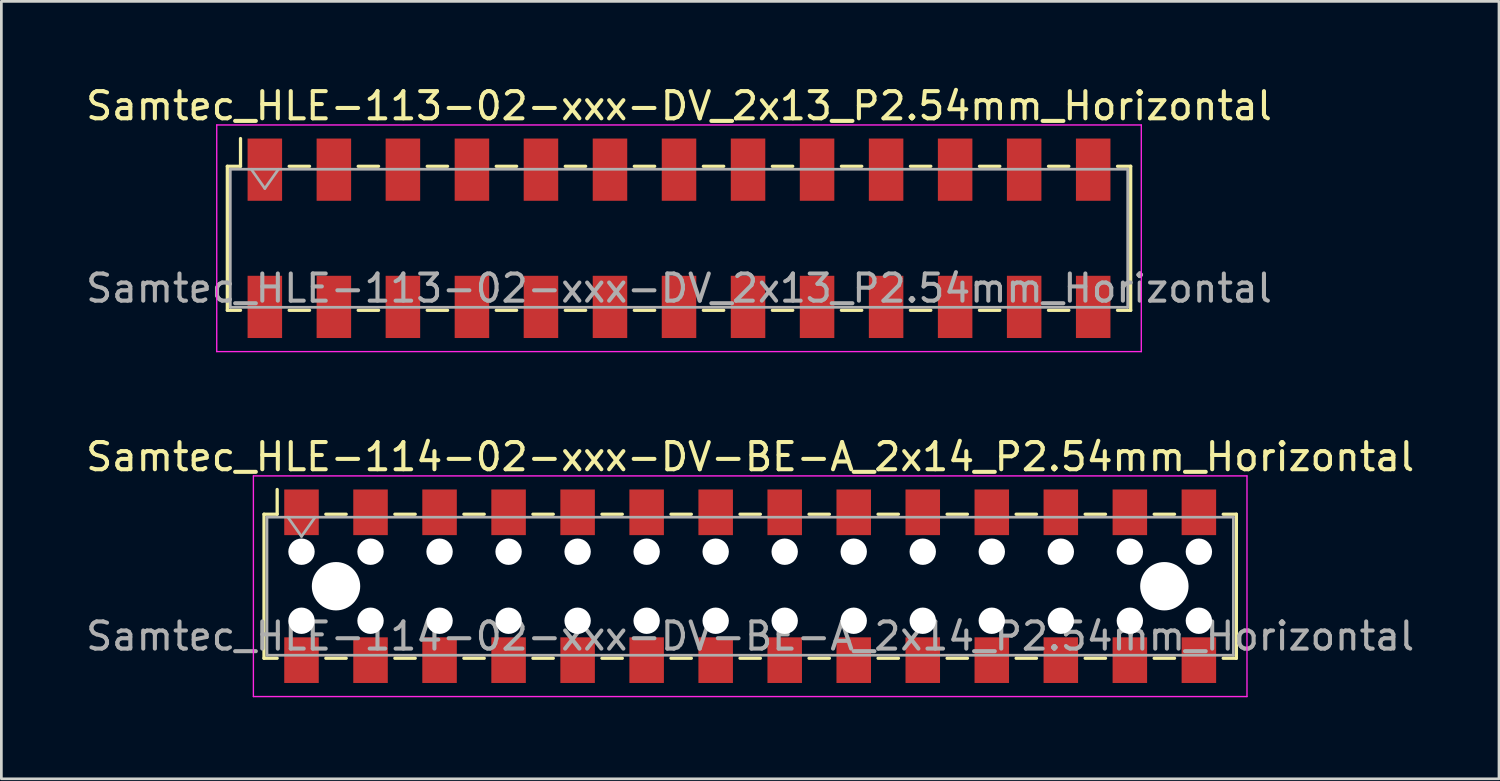
<source format=kicad_pcb>
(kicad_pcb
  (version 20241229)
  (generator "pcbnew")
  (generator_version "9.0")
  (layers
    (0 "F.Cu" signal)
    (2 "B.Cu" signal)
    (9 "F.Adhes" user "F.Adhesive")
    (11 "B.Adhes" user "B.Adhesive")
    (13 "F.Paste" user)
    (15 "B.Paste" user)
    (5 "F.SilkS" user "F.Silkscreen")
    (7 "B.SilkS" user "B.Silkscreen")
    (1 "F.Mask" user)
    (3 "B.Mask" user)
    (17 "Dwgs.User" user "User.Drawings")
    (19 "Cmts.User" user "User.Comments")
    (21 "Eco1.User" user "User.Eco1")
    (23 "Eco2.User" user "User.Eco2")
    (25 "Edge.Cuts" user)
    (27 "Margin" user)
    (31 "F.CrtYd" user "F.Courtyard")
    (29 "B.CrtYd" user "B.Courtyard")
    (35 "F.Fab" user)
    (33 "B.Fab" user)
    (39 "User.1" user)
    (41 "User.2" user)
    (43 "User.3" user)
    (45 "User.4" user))
  (footprint "Samtec_HLE-114-02-xxx-DV-BE-A_2x14_P2.54mm_Horizontal"
    (layer "F.Cu")
    (at 24.554 18.521)
    (property "Reference" "Samtec_HLE-114-02-xxx-DV-BE-A_2x14_P2.54mm_Horizontal" (at 0 -4.76 0) (layer "F.SilkS") (effects (font (size 1 1) (thickness 0.15))))
    (attr smd)
    (fp_line (start -17.89 -2.65) (end -17.89 2.65) (stroke (width 0.12) (type solid)) (layer "F.SilkS"))
    (fp_line (start -17.89 2.65) (end -17.405 2.65) (stroke (width 0.12) (type solid)) (layer "F.SilkS"))
    (fp_line (start -17.405 -3.56) (end -17.405 -2.65) (stroke (width 0.12) (type solid)) (layer "F.SilkS"))
    (fp_line (start -17.405 -2.65) (end -17.89 -2.65) (stroke (width 0.12) (type solid)) (layer "F.SilkS"))
    (fp_line (start -15.615 -2.65) (end -14.865 -2.65) (stroke (width 0.12) (type solid)) (layer "F.SilkS"))
    (fp_line (start -15.615 2.65) (end -14.865 2.65) (stroke (width 0.12) (type solid)) (layer "F.SilkS"))
    (fp_line (start -13.075 -2.65) (end -12.325 -2.65) (stroke (width 0.12) (type solid)) (layer "F.SilkS"))
    (fp_line (start -13.075 2.65) (end -12.325 2.65) (stroke (width 0.12) (type solid)) (layer "F.SilkS"))
    (fp_line (start -10.535 -2.65) (end -9.785 -2.65) (stroke (width 0.12) (type solid)) (layer "F.SilkS"))
    (fp_line (start -10.535 2.65) (end -9.785 2.65) (stroke (width 0.12) (type solid)) (layer "F.SilkS"))
    (fp_line (start -7.995 -2.65) (end -7.245 -2.65) (stroke (width 0.12) (type solid)) (layer "F.SilkS"))
    (fp_line (start -7.995 2.65) (end -7.245 2.65) (stroke (width 0.12) (type solid)) (layer "F.SilkS"))
    (fp_line (start -5.455 -2.65) (end -4.705 -2.65) (stroke (width 0.12) (type solid)) (layer "F.SilkS"))
    (fp_line (start -5.455 2.65) (end -4.705 2.65) (stroke (width 0.12) (type solid)) (layer "F.SilkS"))
    (fp_line (start -2.915 -2.65) (end -2.165 -2.65) (stroke (width 0.12) (type solid)) (layer "F.SilkS"))
    (fp_line (start -2.915 2.65) (end -2.165 2.65) (stroke (width 0.12) (type solid)) (layer "F.SilkS"))
    (fp_line (start -0.375 -2.65) (end 0.375 -2.65) (stroke (width 0.12) (type solid)) (layer "F.SilkS"))
    (fp_line (start -0.375 2.65) (end 0.375 2.65) (stroke (width 0.12) (type solid)) (layer "F.SilkS"))
    (fp_line (start 2.165 -2.65) (end 2.915 -2.65) (stroke (width 0.12) (type solid)) (layer "F.SilkS"))
    (fp_line (start 2.165 2.65) (end 2.915 2.65) (stroke (width 0.12) (type solid)) (layer "F.SilkS"))
    (fp_line (start 4.705 -2.65) (end 5.455 -2.65) (stroke (width 0.12) (type solid)) (layer "F.SilkS"))
    (fp_line (start 4.705 2.65) (end 5.455 2.65) (stroke (width 0.12) (type solid)) (layer "F.SilkS"))
    (fp_line (start 7.245 -2.65) (end 7.995 -2.65) (stroke (width 0.12) (type solid)) (layer "F.SilkS"))
    (fp_line (start 7.245 2.65) (end 7.995 2.65) (stroke (width 0.12) (type solid)) (layer "F.SilkS"))
    (fp_line (start 9.785 -2.65) (end 10.535 -2.65) (stroke (width 0.12) (type solid)) (layer "F.SilkS"))
    (fp_line (start 9.785 2.65) (end 10.535 2.65) (stroke (width 0.12) (type solid)) (layer "F.SilkS"))
    (fp_line (start 12.325 -2.65) (end 13.075 -2.65) (stroke (width 0.12) (type solid)) (layer "F.SilkS"))
    (fp_line (start 12.325 2.65) (end 13.075 2.65) (stroke (width 0.12) (type solid)) (layer "F.SilkS"))
    (fp_line (start 14.865 -2.65) (end 15.615 -2.65) (stroke (width 0.12) (type solid)) (layer "F.SilkS"))
    (fp_line (start 14.865 2.65) (end 15.615 2.65) (stroke (width 0.12) (type solid)) (layer "F.SilkS"))
    (fp_line (start 17.405 -2.65) (end 17.89 -2.65) (stroke (width 0.12) (type solid)) (layer "F.SilkS"))
    (fp_line (start 17.89 -2.65) (end 17.89 2.65) (stroke (width 0.12) (type solid)) (layer "F.SilkS"))
    (fp_line (start 17.89 2.65) (end 17.405 2.65) (stroke (width 0.12) (type solid)) (layer "F.SilkS"))
    (fp_line (start -18.28 -4.06) (end 18.28 -4.06) (stroke (width 0.05) (type solid)) (layer "F.CrtYd"))
    (fp_line (start -18.28 4.06) (end -18.28 -4.06) (stroke (width 0.05) (type solid)) (layer "F.CrtYd"))
    (fp_line (start 18.28 -4.06) (end 18.28 4.06) (stroke (width 0.05) (type solid)) (layer "F.CrtYd"))
    (fp_line (start 18.28 4.06) (end -18.28 4.06) (stroke (width 0.05) (type solid)) (layer "F.CrtYd"))
    (fp_line (start -17.78 -2.54) (end 17.78 -2.54) (stroke (width 0.1) (type solid)) (layer "F.Fab"))
    (fp_line (start -17.78 2.54) (end -17.78 -2.54) (stroke (width 0.1) (type solid)) (layer "F.Fab"))
    (fp_line (start -17.01 -2.54) (end -16.51 -1.833) (stroke (width 0.1) (type solid)) (layer "F.Fab"))
    (fp_line (start -16.51 -1.833) (end -16.01 -2.54) (stroke (width 0.1) (type solid)) (layer "F.Fab"))
    (fp_line (start 17.78 -2.54) (end 17.78 2.54) (stroke (width 0.1) (type solid)) (layer "F.Fab"))
    (fp_line (start 17.78 2.54) (end -17.78 2.54) (stroke (width 0.1) (type solid)) (layer "F.Fab"))
    (fp_text user "${REFERENCE}" (at 0 1.84 0) (layer "F.Fab") (effects (font (size 1 1) (thickness 0.15))))
    (pad "" np_thru_hole circle (at -16.51 -1.27) (size 0.97 0.97) (drill 0.97) (layers "*.Cu" "*.Mask"))
    (pad "" np_thru_hole circle (at -16.51 1.27) (size 0.97 0.97) (drill 0.97) (layers "*.Cu" "*.Mask"))
    (pad "" np_thru_hole circle (at -15.24 0) (size 1.78 1.78) (drill 1.78) (layers "*.Cu" "*.Mask"))
    (pad "" np_thru_hole circle (at -13.97 -1.27) (size 0.97 0.97) (drill 0.97) (layers "*.Cu" "*.Mask"))
    (pad "" np_thru_hole circle (at -13.97 1.27) (size 0.97 0.97) (drill 0.97) (layers "*.Cu" "*.Mask"))
    (pad "" np_thru_hole circle (at -11.43 -1.27) (size 0.97 0.97) (drill 0.97) (layers "*.Cu" "*.Mask"))
    (pad "" np_thru_hole circle (at -11.43 1.27) (size 0.97 0.97) (drill 0.97) (layers "*.Cu" "*.Mask"))
    (pad "" np_thru_hole circle (at -8.89 -1.27) (size 0.97 0.97) (drill 0.97) (layers "*.Cu" "*.Mask"))
    (pad "" np_thru_hole circle (at -8.89 1.27) (size 0.97 0.97) (drill 0.97) (layers "*.Cu" "*.Mask"))
    (pad "" np_thru_hole circle (at -6.35 -1.27) (size 0.97 0.97) (drill 0.97) (layers "*.Cu" "*.Mask"))
    (pad "" np_thru_hole circle (at -6.35 1.27) (size 0.97 0.97) (drill 0.97) (layers "*.Cu" "*.Mask"))
    (pad "" np_thru_hole circle (at -3.81 -1.27) (size 0.97 0.97) (drill 0.97) (layers "*.Cu" "*.Mask"))
    (pad "" np_thru_hole circle (at -3.81 1.27) (size 0.97 0.97) (drill 0.97) (layers "*.Cu" "*.Mask"))
    (pad "" np_thru_hole circle (at -1.27 -1.27) (size 0.97 0.97) (drill 0.97) (layers "*.Cu" "*.Mask"))
    (pad "" np_thru_hole circle (at -1.27 1.27) (size 0.97 0.97) (drill 0.97) (layers "*.Cu" "*.Mask"))
    (pad "" np_thru_hole circle (at 1.27 -1.27) (size 0.97 0.97) (drill 0.97) (layers "*.Cu" "*.Mask"))
    (pad "" np_thru_hole circle (at 1.27 1.27) (size 0.97 0.97) (drill 0.97) (layers "*.Cu" "*.Mask"))
    (pad "" np_thru_hole circle (at 3.81 -1.27) (size 0.97 0.97) (drill 0.97) (layers "*.Cu" "*.Mask"))
    (pad "" np_thru_hole circle (at 3.81 1.27) (size 0.97 0.97) (drill 0.97) (layers "*.Cu" "*.Mask"))
    (pad "" np_thru_hole circle (at 6.35 -1.27) (size 0.97 0.97) (drill 0.97) (layers "*.Cu" "*.Mask"))
    (pad "" np_thru_hole circle (at 6.35 1.27) (size 0.97 0.97) (drill 0.97) (layers "*.Cu" "*.Mask"))
    (pad "" np_thru_hole circle (at 8.89 -1.27) (size 0.97 0.97) (drill 0.97) (layers "*.Cu" "*.Mask"))
    (pad "" np_thru_hole circle (at 8.89 1.27) (size 0.97 0.97) (drill 0.97) (layers "*.Cu" "*.Mask"))
    (pad "" np_thru_hole circle (at 11.43 -1.27) (size 0.97 0.97) (drill 0.97) (layers "*.Cu" "*.Mask"))
    (pad "" np_thru_hole circle (at 11.43 1.27) (size 0.97 0.97) (drill 0.97) (layers "*.Cu" "*.Mask"))
    (pad "" np_thru_hole circle (at 13.97 -1.27) (size 0.97 0.97) (drill 0.97) (layers "*.Cu" "*.Mask"))
    (pad "" np_thru_hole circle (at 13.97 1.27) (size 0.97 0.97) (drill 0.97) (layers "*.Cu" "*.Mask"))
    (pad "" np_thru_hole circle (at 15.24 0) (size 1.78 1.78) (drill 1.78) (layers "*.Cu" "*.Mask"))
    (pad "" np_thru_hole circle (at 16.51 -1.27) (size 0.97 0.97) (drill 0.97) (layers "*.Cu" "*.Mask"))
    (pad "" np_thru_hole circle (at 16.51 1.27) (size 0.97 0.97) (drill 0.97) (layers "*.Cu" "*.Mask"))
    (pad "1" smd rect (at -16.51 -2.72) (size 1.27 1.68) (layers "F.Cu" "F.Mask" "F.Paste"))
    (pad "2" smd rect (at -16.51 2.72) (size 1.27 1.68) (layers "F.Cu" "F.Mask" "F.Paste"))
    (pad "3" smd rect (at -13.97 -2.72) (size 1.27 1.68) (layers "F.Cu" "F.Mask" "F.Paste"))
    (pad "4" smd rect (at -13.97 2.72) (size 1.27 1.68) (layers "F.Cu" "F.Mask" "F.Paste"))
    (pad "5" smd rect (at -11.43 -2.72) (size 1.27 1.68) (layers "F.Cu" "F.Mask" "F.Paste"))
    (pad "6" smd rect (at -11.43 2.72) (size 1.27 1.68) (layers "F.Cu" "F.Mask" "F.Paste"))
    (pad "7" smd rect (at -8.89 -2.72) (size 1.27 1.68) (layers "F.Cu" "F.Mask" "F.Paste"))
    (pad "8" smd rect (at -8.89 2.72) (size 1.27 1.68) (layers "F.Cu" "F.Mask" "F.Paste"))
    (pad "9" smd rect (at -6.35 -2.72) (size 1.27 1.68) (layers "F.Cu" "F.Mask" "F.Paste"))
    (pad "10" smd rect (at -6.35 2.72) (size 1.27 1.68) (layers "F.Cu" "F.Mask" "F.Paste"))
    (pad "11" smd rect (at -3.81 -2.72) (size 1.27 1.68) (layers "F.Cu" "F.Mask" "F.Paste"))
    (pad "12" smd rect (at -3.81 2.72) (size 1.27 1.68) (layers "F.Cu" "F.Mask" "F.Paste"))
    (pad "13" smd rect (at -1.27 -2.72) (size 1.27 1.68) (layers "F.Cu" "F.Mask" "F.Paste"))
    (pad "14" smd rect (at -1.27 2.72) (size 1.27 1.68) (layers "F.Cu" "F.Mask" "F.Paste"))
    (pad "15" smd rect (at 1.27 -2.72) (size 1.27 1.68) (layers "F.Cu" "F.Mask" "F.Paste"))
    (pad "16" smd rect (at 1.27 2.72) (size 1.27 1.68) (layers "F.Cu" "F.Mask" "F.Paste"))
    (pad "17" smd rect (at 3.81 -2.72) (size 1.27 1.68) (layers "F.Cu" "F.Mask" "F.Paste"))
    (pad "18" smd rect (at 3.81 2.72) (size 1.27 1.68) (layers "F.Cu" "F.Mask" "F.Paste"))
    (pad "19" smd rect (at 6.35 -2.72) (size 1.27 1.68) (layers "F.Cu" "F.Mask" "F.Paste"))
    (pad "20" smd rect (at 6.35 2.72) (size 1.27 1.68) (layers "F.Cu" "F.Mask" "F.Paste"))
    (pad "21" smd rect (at 8.89 -2.72) (size 1.27 1.68) (layers "F.Cu" "F.Mask" "F.Paste"))
    (pad "22" smd rect (at 8.89 2.72) (size 1.27 1.68) (layers "F.Cu" "F.Mask" "F.Paste"))
    (pad "23" smd rect (at 11.43 -2.72) (size 1.27 1.68) (layers "F.Cu" "F.Mask" "F.Paste"))
    (pad "24" smd rect (at 11.43 2.72) (size 1.27 1.68) (layers "F.Cu" "F.Mask" "F.Paste"))
    (pad "25" smd rect (at 13.97 -2.72) (size 1.27 1.68) (layers "F.Cu" "F.Mask" "F.Paste"))
    (pad "26" smd rect (at 13.97 2.72) (size 1.27 1.68) (layers "F.Cu" "F.Mask" "F.Paste"))
    (pad "27" smd rect (at 16.51 -2.72) (size 1.27 1.68) (layers "F.Cu" "F.Mask" "F.Paste"))
    (pad "28" smd rect (at 16.51 2.72) (size 1.27 1.68) (layers "F.Cu" "F.Mask" "F.Paste")))
  (footprint "Samtec_HLE-113-02-xxx-DV_2x13_P2.54mm_Horizontal"
    (layer "F.Cu")
    (at 21.935 5.718)
    (property "Reference" "Samtec_HLE-113-02-xxx-DV_2x13_P2.54mm_Horizontal" (at 0 -4.87 0) (layer "F.SilkS") (effects (font (size 1 1) (thickness 0.15))))
    (attr smd)
    (fp_line (start -16.62 -2.65) (end -16.62 2.65) (stroke (width 0.12) (type solid)) (layer "F.SilkS"))
    (fp_line (start -16.62 2.65) (end -16.135 2.65) (stroke (width 0.12) (type solid)) (layer "F.SilkS"))
    (fp_line (start -16.135 -3.67) (end -16.135 -2.65) (stroke (width 0.12) (type solid)) (layer "F.SilkS"))
    (fp_line (start -16.135 -2.65) (end -16.62 -2.65) (stroke (width 0.12) (type solid)) (layer "F.SilkS"))
    (fp_line (start -14.345 -2.65) (end -13.595 -2.65) (stroke (width 0.12) (type solid)) (layer "F.SilkS"))
    (fp_line (start -14.345 2.65) (end -13.595 2.65) (stroke (width 0.12) (type solid)) (layer "F.SilkS"))
    (fp_line (start -11.805 -2.65) (end -11.055 -2.65) (stroke (width 0.12) (type solid)) (layer "F.SilkS"))
    (fp_line (start -11.805 2.65) (end -11.055 2.65) (stroke (width 0.12) (type solid)) (layer "F.SilkS"))
    (fp_line (start -9.265 -2.65) (end -8.515 -2.65) (stroke (width 0.12) (type solid)) (layer "F.SilkS"))
    (fp_line (start -9.265 2.65) (end -8.515 2.65) (stroke (width 0.12) (type solid)) (layer "F.SilkS"))
    (fp_line (start -6.725 -2.65) (end -5.975 -2.65) (stroke (width 0.12) (type solid)) (layer "F.SilkS"))
    (fp_line (start -6.725 2.65) (end -5.975 2.65) (stroke (width 0.12) (type solid)) (layer "F.SilkS"))
    (fp_line (start -4.185 -2.65) (end -3.435 -2.65) (stroke (width 0.12) (type solid)) (layer "F.SilkS"))
    (fp_line (start -4.185 2.65) (end -3.435 2.65) (stroke (width 0.12) (type solid)) (layer "F.SilkS"))
    (fp_line (start -1.645 -2.65) (end -0.895 -2.65) (stroke (width 0.12) (type solid)) (layer "F.SilkS"))
    (fp_line (start -1.645 2.65) (end -0.895 2.65) (stroke (width 0.12) (type solid)) (layer "F.SilkS"))
    (fp_line (start 0.895 -2.65) (end 1.645 -2.65) (stroke (width 0.12) (type solid)) (layer "F.SilkS"))
    (fp_line (start 0.895 2.65) (end 1.645 2.65) (stroke (width 0.12) (type solid)) (layer "F.SilkS"))
    (fp_line (start 3.435 -2.65) (end 4.185 -2.65) (stroke (width 0.12) (type solid)) (layer "F.SilkS"))
    (fp_line (start 3.435 2.65) (end 4.185 2.65) (stroke (width 0.12) (type solid)) (layer "F.SilkS"))
    (fp_line (start 5.975 -2.65) (end 6.725 -2.65) (stroke (width 0.12) (type solid)) (layer "F.SilkS"))
    (fp_line (start 5.975 2.65) (end 6.725 2.65) (stroke (width 0.12) (type solid)) (layer "F.SilkS"))
    (fp_line (start 8.515 -2.65) (end 9.265 -2.65) (stroke (width 0.12) (type solid)) (layer "F.SilkS"))
    (fp_line (start 8.515 2.65) (end 9.265 2.65) (stroke (width 0.12) (type solid)) (layer "F.SilkS"))
    (fp_line (start 11.055 -2.65) (end 11.805 -2.65) (stroke (width 0.12) (type solid)) (layer "F.SilkS"))
    (fp_line (start 11.055 2.65) (end 11.805 2.65) (stroke (width 0.12) (type solid)) (layer "F.SilkS"))
    (fp_line (start 13.595 -2.65) (end 14.345 -2.65) (stroke (width 0.12) (type solid)) (layer "F.SilkS"))
    (fp_line (start 13.595 2.65) (end 14.345 2.65) (stroke (width 0.12) (type solid)) (layer "F.SilkS"))
    (fp_line (start 16.135 -2.65) (end 16.62 -2.65) (stroke (width 0.12) (type solid)) (layer "F.SilkS"))
    (fp_line (start 16.62 -2.65) (end 16.62 2.65) (stroke (width 0.12) (type solid)) (layer "F.SilkS"))
    (fp_line (start 16.62 2.65) (end 16.135 2.65) (stroke (width 0.12) (type solid)) (layer "F.SilkS"))
    (fp_line (start -17.01 -4.17) (end 17.01 -4.17) (stroke (width 0.05) (type solid)) (layer "F.CrtYd"))
    (fp_line (start -17.01 4.17) (end -17.01 -4.17) (stroke (width 0.05) (type solid)) (layer "F.CrtYd"))
    (fp_line (start 17.01 -4.17) (end 17.01 4.17) (stroke (width 0.05) (type solid)) (layer "F.CrtYd"))
    (fp_line (start 17.01 4.17) (end -17.01 4.17) (stroke (width 0.05) (type solid)) (layer "F.CrtYd"))
    (fp_line (start -16.51 -2.54) (end 16.51 -2.54) (stroke (width 0.1) (type solid)) (layer "F.Fab"))
    (fp_line (start -16.51 2.54) (end -16.51 -2.54) (stroke (width 0.1) (type solid)) (layer "F.Fab"))
    (fp_line (start -15.74 -2.54) (end -15.24 -1.833) (stroke (width 0.1) (type solid)) (layer "F.Fab"))
    (fp_line (start -15.24 -1.833) (end -14.74 -2.54) (stroke (width 0.1) (type solid)) (layer "F.Fab"))
    (fp_line (start 16.51 -2.54) (end 16.51 2.54) (stroke (width 0.1) (type solid)) (layer "F.Fab"))
    (fp_line (start 16.51 2.54) (end -16.51 2.54) (stroke (width 0.1) (type solid)) (layer "F.Fab"))
    (fp_text user "${REFERENCE}" (at 0 1.84 0) (layer "F.Fab") (effects (font (size 1 1) (thickness 0.15))))
    (pad "1" smd rect (at -15.24 -2.525) (size 1.27 2.29) (layers "F.Cu" "F.Mask" "F.Paste"))
    (pad "2" smd rect (at -15.24 2.525) (size 1.27 2.29) (layers "F.Cu" "F.Mask" "F.Paste"))
    (pad "3" smd rect (at -12.7 -2.525) (size 1.27 2.29) (layers "F.Cu" "F.Mask" "F.Paste"))
    (pad "4" smd rect (at -12.7 2.525) (size 1.27 2.29) (layers "F.Cu" "F.Mask" "F.Paste"))
    (pad "5" smd rect (at -10.16 -2.525) (size 1.27 2.29) (layers "F.Cu" "F.Mask" "F.Paste"))
    (pad "6" smd rect (at -10.16 2.525) (size 1.27 2.29) (layers "F.Cu" "F.Mask" "F.Paste"))
    (pad "7" smd rect (at -7.62 -2.525) (size 1.27 2.29) (layers "F.Cu" "F.Mask" "F.Paste"))
    (pad "8" smd rect (at -7.62 2.525) (size 1.27 2.29) (layers "F.Cu" "F.Mask" "F.Paste"))
    (pad "9" smd rect (at -5.08 -2.525) (size 1.27 2.29) (layers "F.Cu" "F.Mask" "F.Paste"))
    (pad "10" smd rect (at -5.08 2.525) (size 1.27 2.29) (layers "F.Cu" "F.Mask" "F.Paste"))
    (pad "11" smd rect (at -2.54 -2.525) (size 1.27 2.29) (layers "F.Cu" "F.Mask" "F.Paste"))
    (pad "12" smd rect (at -2.54 2.525) (size 1.27 2.29) (layers "F.Cu" "F.Mask" "F.Paste"))
    (pad "13" smd rect (at 0 -2.525) (size 1.27 2.29) (layers "F.Cu" "F.Mask" "F.Paste"))
    (pad "14" smd rect (at 0 2.525) (size 1.27 2.29) (layers "F.Cu" "F.Mask" "F.Paste"))
    (pad "15" smd rect (at 2.54 -2.525) (size 1.27 2.29) (layers "F.Cu" "F.Mask" "F.Paste"))
    (pad "16" smd rect (at 2.54 2.525) (size 1.27 2.29) (layers "F.Cu" "F.Mask" "F.Paste"))
    (pad "17" smd rect (at 5.08 -2.525) (size 1.27 2.29) (layers "F.Cu" "F.Mask" "F.Paste"))
    (pad "18" smd rect (at 5.08 2.525) (size 1.27 2.29) (layers "F.Cu" "F.Mask" "F.Paste"))
    (pad "19" smd rect (at 7.62 -2.525) (size 1.27 2.29) (layers "F.Cu" "F.Mask" "F.Paste"))
    (pad "20" smd rect (at 7.62 2.525) (size 1.27 2.29) (layers "F.Cu" "F.Mask" "F.Paste"))
    (pad "21" smd rect (at 10.16 -2.525) (size 1.27 2.29) (layers "F.Cu" "F.Mask" "F.Paste"))
    (pad "22" smd rect (at 10.16 2.525) (size 1.27 2.29) (layers "F.Cu" "F.Mask" "F.Paste"))
    (pad "23" smd rect (at 12.7 -2.525) (size 1.27 2.29) (layers "F.Cu" "F.Mask" "F.Paste"))
    (pad "24" smd rect (at 12.7 2.525) (size 1.27 2.29) (layers "F.Cu" "F.Mask" "F.Paste"))
    (pad "25" smd rect (at 15.24 -2.525) (size 1.27 2.29) (layers "F.Cu" "F.Mask" "F.Paste"))
    (pad "26" smd rect (at 15.24 2.525) (size 1.27 2.29) (layers "F.Cu" "F.Mask" "F.Paste")))
  (gr_rect
    (start -3 -3)
    (end 52.107 25.607)
    (stroke (width 0.1) (type default))
    (fill no)
    (layer "Edge.Cuts")))
</source>
